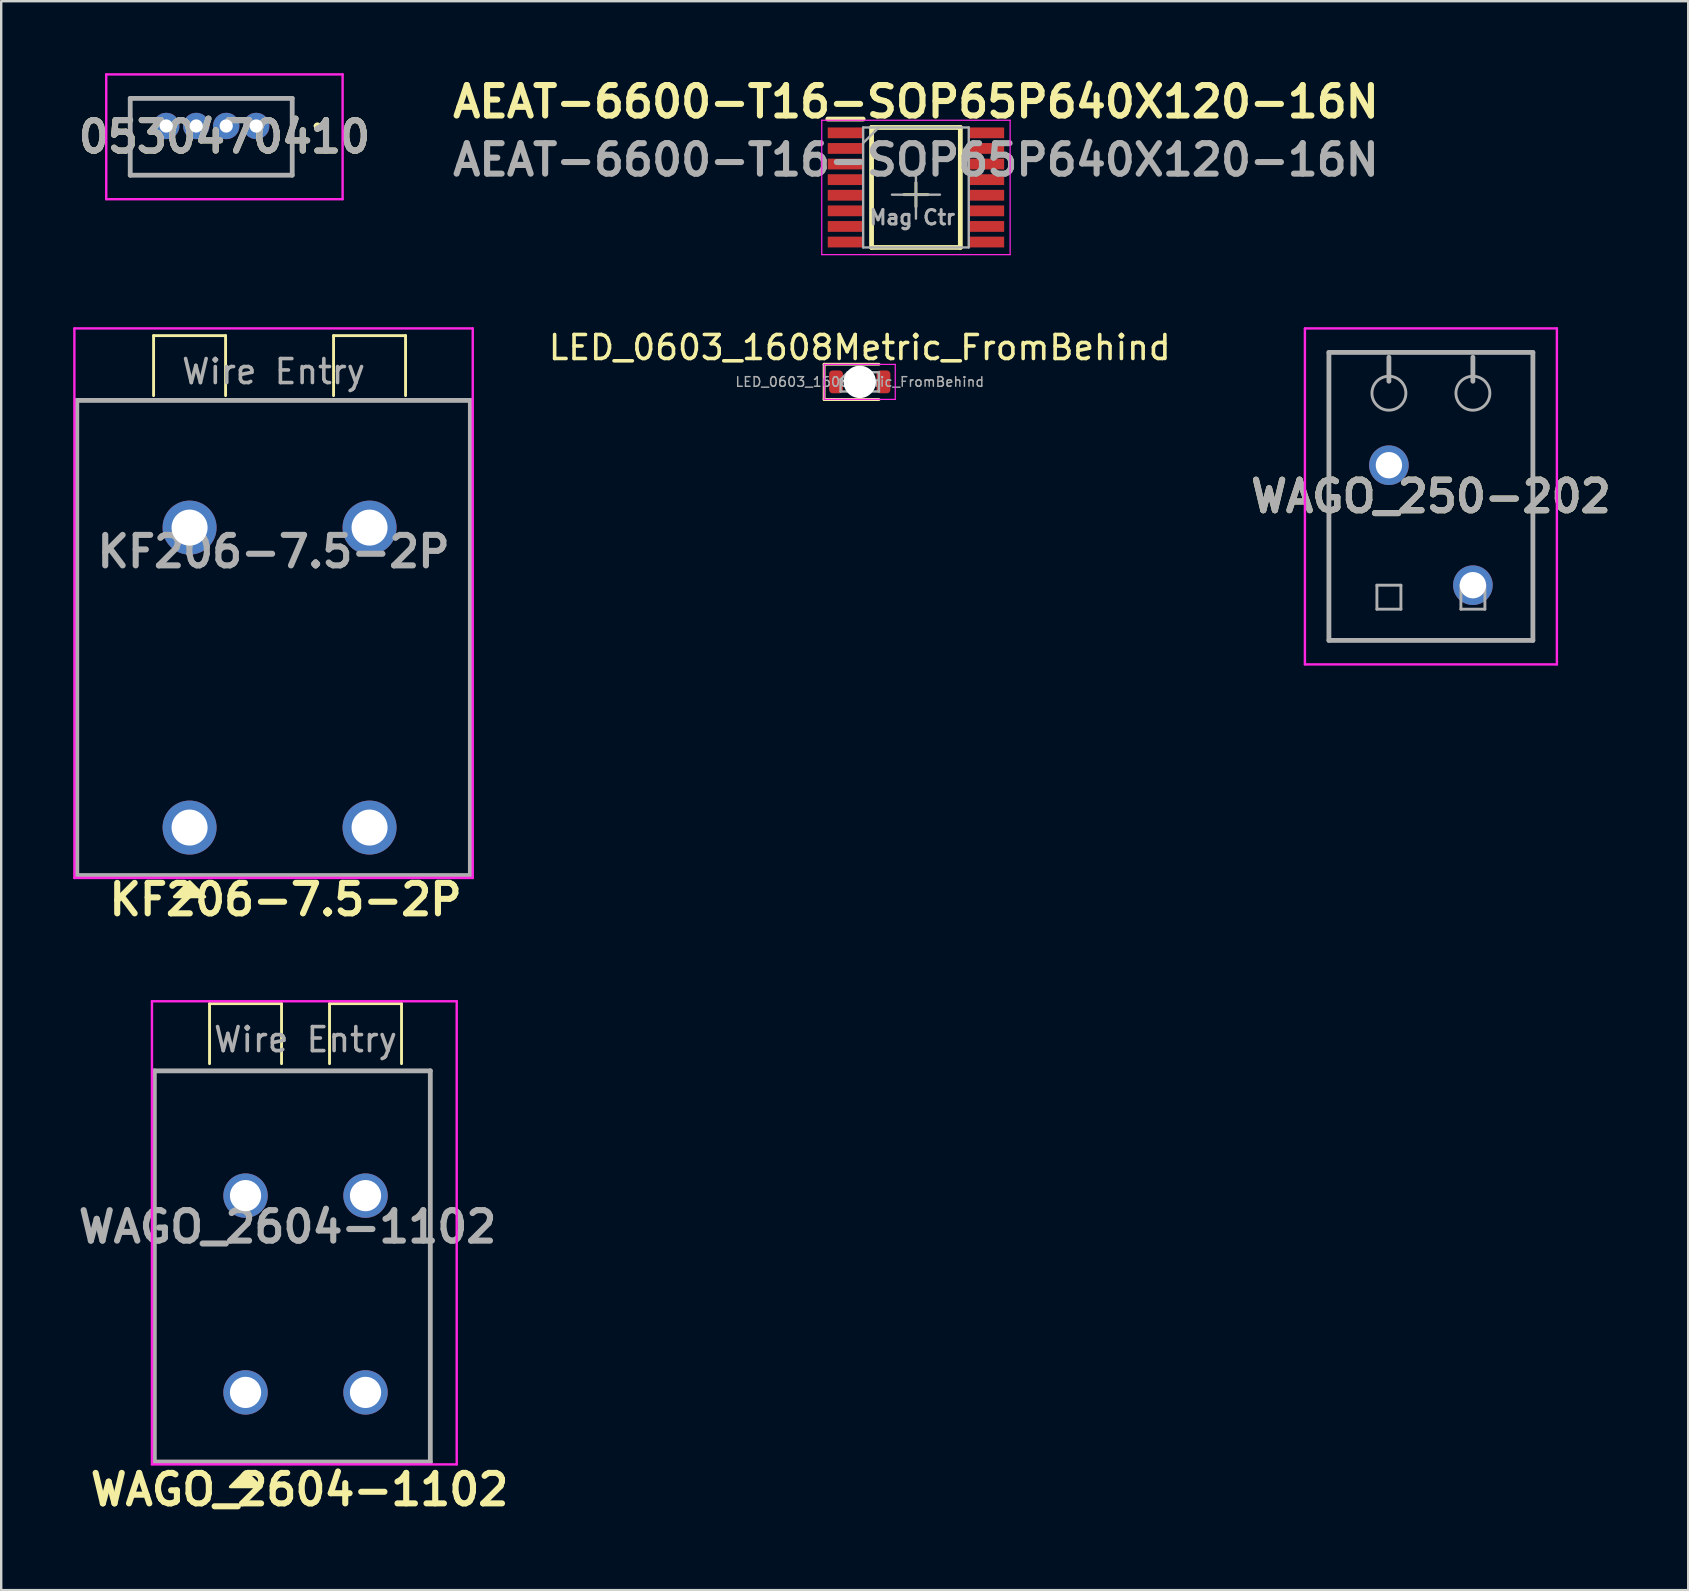
<source format=kicad_pcb>
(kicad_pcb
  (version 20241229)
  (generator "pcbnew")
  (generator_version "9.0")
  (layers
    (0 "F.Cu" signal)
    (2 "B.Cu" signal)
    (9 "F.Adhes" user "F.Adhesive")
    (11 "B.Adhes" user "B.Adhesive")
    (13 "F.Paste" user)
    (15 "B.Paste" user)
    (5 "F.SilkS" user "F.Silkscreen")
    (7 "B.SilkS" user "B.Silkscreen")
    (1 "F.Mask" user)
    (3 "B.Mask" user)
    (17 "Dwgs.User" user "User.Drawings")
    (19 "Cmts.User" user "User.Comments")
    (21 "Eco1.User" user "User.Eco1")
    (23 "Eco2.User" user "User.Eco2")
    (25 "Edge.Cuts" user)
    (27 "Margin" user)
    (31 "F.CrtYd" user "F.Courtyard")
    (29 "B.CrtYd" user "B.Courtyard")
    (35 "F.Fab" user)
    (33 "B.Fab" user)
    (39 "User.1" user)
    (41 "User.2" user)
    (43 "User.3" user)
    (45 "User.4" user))
  (footprint "0530470410"
    (layer "F.Cu")
    (at 7.627 2.2)
    (property "Reference" "0530470410" (at -1.325 0.45 0) (layer "F.SilkS") (effects (font (size 1.27 1.27) (thickness 0.254))))
    (attr through_hole)
    (fp_line (start -5.25 -1.15) (end 1.5 -1.15) (stroke (width 0.1) (type solid)) (layer "F.SilkS"))
    (fp_line (start -5.25 2.05) (end -5.25 -1.15) (stroke (width 0.1) (type solid)) (layer "F.SilkS"))
    (fp_line (start 1.5 -1.15) (end 1.5 2.05) (stroke (width 0.1) (type solid)) (layer "F.SilkS"))
    (fp_line (start 1.5 2.05) (end -5.25 2.05) (stroke (width 0.1) (type solid)) (layer "F.SilkS"))
    (fp_line (start 2.5 0) (end 2.5 0) (stroke (width 0.2) (type solid)) (layer "F.SilkS"))
    (fp_line (start 2.5 0) (end 2.5 0) (stroke (width 0.2) (type solid)) (layer "F.SilkS"))
    (fp_line (start 2.6 0) (end 2.6 0) (stroke (width 0.2) (type solid)) (layer "F.SilkS"))
    (fp_arc (start 2.5 0) (mid 2.55 -0.05) (end 2.6 0) (stroke (width 0.2) (type solid)) (layer "F.SilkS"))
    (fp_arc (start 2.6 0) (mid 2.55 0.05) (end 2.5 0) (stroke (width 0.2) (type solid)) (layer "F.SilkS"))
    (fp_arc (start 2.6 0) (mid 2.55 0.05) (end 2.5 0) (stroke (width 0.2) (type solid)) (layer "F.SilkS"))
    (fp_line (start -6.25 -2.15) (end 3.6 -2.15) (stroke (width 0.1) (type solid)) (layer "F.CrtYd"))
    (fp_line (start -6.25 3.05) (end -6.25 -2.15) (stroke (width 0.1) (type solid)) (layer "F.CrtYd"))
    (fp_line (start 3.6 -2.15) (end 3.6 3.05) (stroke (width 0.1) (type solid)) (layer "F.CrtYd"))
    (fp_line (start 3.6 3.05) (end -6.25 3.05) (stroke (width 0.1) (type solid)) (layer "F.CrtYd"))
    (fp_line (start -5.25 -1.15) (end 1.5 -1.15) (stroke (width 0.2) (type solid)) (layer "F.Fab"))
    (fp_line (start -5.25 2.05) (end -5.25 -1.15) (stroke (width 0.2) (type solid)) (layer "F.Fab"))
    (fp_line (start 1.5 -1.15) (end 1.5 2.05) (stroke (width 0.2) (type solid)) (layer "F.Fab"))
    (fp_line (start 1.5 2.05) (end -5.25 2.05) (stroke (width 0.2) (type solid)) (layer "F.Fab"))
    (fp_text user "${REFERENCE}" (at -1.325 0.45 0) (layer "F.Fab") (effects (font (size 1.27 1.27) (thickness 0.254))))
    (pad "1" thru_hole circle (at 0 0) (size 1.1 1.1) (drill 0.55) (layers "*.Cu" "*.Mask"))
    (pad "2" thru_hole circle (at -1.25 0) (size 1.1 1.1) (drill 0.55) (layers "*.Cu" "*.Mask"))
    (pad "3" thru_hole circle (at -2.5 0) (size 1.1 1.1) (drill 0.55) (layers "*.Cu" "*.Mask"))
    (pad "4" thru_hole circle (at -3.75 0) (size 1.1 1.1) (drill 0.55) (layers "*.Cu" "*.Mask")))
  (footprint "LED_0603_1608Metric_FromBehind"
    (layer "F.Cu")
    (at 32.777 12.864)
    (property "Reference" "LED_0603_1608Metric_FromBehind" (at 0 -1.43 0) (layer "F.SilkS") (effects (font (size 1 1) (thickness 0.15))))
    (attr smd)
    (fp_line (start -1.485 -0.735) (end -1.485 0.735) (stroke (width 0.12) (type solid)) (layer "F.SilkS"))
    (fp_line (start -1.485 0.735) (end 0.8 0.735) (stroke (width 0.12) (type solid)) (layer "F.SilkS"))
    (fp_line (start 0.8 -0.735) (end -1.485 -0.735) (stroke (width 0.12) (type solid)) (layer "F.SilkS"))
    (fp_line (start -0.55 -0.4) (end 0.55 -0.4) (stroke (width 0.01) (type solid)) (layer "Dwgs.User"))
    (fp_line (start -0.55 0.4) (end -0.55 -0.4) (stroke (width 0.01) (type solid)) (layer "Dwgs.User"))
    (fp_line (start 0.55 -0.4) (end 0.55 0.4) (stroke (width 0.01) (type solid)) (layer "Dwgs.User"))
    (fp_line (start 0.55 0.4) (end -0.55 0.4) (stroke (width 0.01) (type solid)) (layer "Dwgs.User"))
    (fp_line (start -1.48 -0.73) (end 1.48 -0.73) (stroke (width 0.05) (type solid)) (layer "F.CrtYd"))
    (fp_line (start -1.48 0.73) (end -1.48 -0.73) (stroke (width 0.05) (type solid)) (layer "F.CrtYd"))
    (fp_line (start 1.48 -0.73) (end 1.48 0.73) (stroke (width 0.05) (type solid)) (layer "F.CrtYd"))
    (fp_line (start 1.48 0.73) (end -1.48 0.73) (stroke (width 0.05) (type solid)) (layer "F.CrtYd"))
    (fp_line (start -0.8 -0.1) (end -0.8 0.4) (stroke (width 0.1) (type solid)) (layer "F.Fab"))
    (fp_line (start -0.8 0.4) (end 0.8 0.4) (stroke (width 0.1) (type solid)) (layer "F.Fab"))
    (fp_line (start -0.5 -0.4) (end -0.8 -0.1) (stroke (width 0.1) (type solid)) (layer "F.Fab"))
    (fp_line (start 0.8 -0.4) (end -0.5 -0.4) (stroke (width 0.1) (type solid)) (layer "F.Fab"))
    (fp_line (start 0.8 0.4) (end 0.8 -0.4) (stroke (width 0.1) (type solid)) (layer "F.Fab"))
    (fp_text user "${REFERENCE}" (at 0 0 0) (layer "F.Fab") (effects (font (size 0.4 0.4) (thickness 0.06))))
    (pad "" np_thru_hole circle (at 0 0) (size 1.35 1.35) (drill 1.35) (layers "*.Cu" "*.Mask"))
    (pad "1" smd roundrect (at -0.988 0) (size 0.575 0.95) (layers "F.Cu" "F.Mask" "F.Paste") (roundrect_rratio 0.25))
    (pad "2" smd roundrect (at 0.988 0) (size 0.575 0.95) (layers "F.Cu" "F.Mask" "F.Paste") (roundrect_rratio 0.25)))
  (footprint "AEAT-6600-T16-SOP65P640X120-16N"
    (layer "F.Cu")
    (at 35.119 4.761)
    (property "Reference" "AEAT-6600-T16-SOP65P640X120-16N" (at 0 -3.572 0) (layer "F.SilkS") (effects (font (size 1.27 1.27) (thickness 0.254))))
    (attr smd)
    (fp_line (start -3.675 -2.85) (end -2.2 -2.85) (stroke (width 0.2) (type solid)) (layer "F.SilkS"))
    (fp_line (start -1.85 -2.5) (end 1.85 -2.5) (stroke (width 0.2) (type solid)) (layer "F.SilkS"))
    (fp_line (start -1.85 2.5) (end -1.85 -2.5) (stroke (width 0.2) (type solid)) (layer "F.SilkS"))
    (fp_line (start -0.5 0.3) (end 0.5 0.3) (stroke (width 0.12) (type solid)) (layer "F.SilkS"))
    (fp_line (start 0 -0.2) (end 0 0.8) (stroke (width 0.12) (type solid)) (layer "F.SilkS"))
    (fp_line (start 1.85 -2.5) (end 1.85 2.5) (stroke (width 0.2) (type solid)) (layer "F.SilkS"))
    (fp_line (start 1.85 2.5) (end -1.85 2.5) (stroke (width 0.2) (type solid)) (layer "F.SilkS"))
    (fp_line (start -3.925 -2.8) (end 3.925 -2.8) (stroke (width 0.05) (type solid)) (layer "F.CrtYd"))
    (fp_line (start -3.925 2.8) (end -3.925 -2.8) (stroke (width 0.05) (type solid)) (layer "F.CrtYd"))
    (fp_line (start 3.925 -2.8) (end 3.925 2.8) (stroke (width 0.05) (type solid)) (layer "F.CrtYd"))
    (fp_line (start 3.925 2.8) (end -3.925 2.8) (stroke (width 0.05) (type solid)) (layer "F.CrtYd"))
    (fp_line (start -2.2 -2.5) (end 2.2 -2.5) (stroke (width 0.1) (type solid)) (layer "F.Fab"))
    (fp_line (start -2.2 -1.85) (end -1.55 -2.5) (stroke (width 0.1) (type solid)) (layer "F.Fab"))
    (fp_line (start -2.2 2.5) (end -2.2 -2.5) (stroke (width 0.1) (type solid)) (layer "F.Fab"))
    (fp_line (start -1 0.3) (end 1 0.3) (stroke (width 0.1) (type solid)) (layer "F.Fab"))
    (fp_line (start 0 -0.7) (end 0 1.3) (stroke (width 0.1) (type solid)) (layer "F.Fab"))
    (fp_line (start 2.2 -2.5) (end 2.2 2.5) (stroke (width 0.1) (type solid)) (layer "F.Fab"))
    (fp_line (start 2.2 2.5) (end -2.2 2.5) (stroke (width 0.1) (type solid)) (layer "F.Fab"))
    (fp_text user "${REFERENCE}" (at 0 -1.15 0) (layer "F.Fab") (effects (font (size 1.27 1.27) (thickness 0.254))))
    (fp_text user "Mag Ctr" (at -0.15 1.25 0) (unlocked yes) (layer "F.Fab") (effects (font (size 0.6 0.6) (thickness 0.125))))
    (pad "1" smd rect (at -2.938 -2.275 90) (size 0.45 1.475) (layers "F.Cu" "F.Mask" "F.Paste"))
    (pad "2" smd rect (at -2.938 -1.625 90) (size 0.45 1.475) (layers "F.Cu" "F.Mask" "F.Paste"))
    (pad "3" smd rect (at -2.938 -0.975 90) (size 0.45 1.475) (layers "F.Cu" "F.Mask" "F.Paste"))
    (pad "4" smd rect (at -2.938 -0.325 90) (size 0.45 1.475) (layers "F.Cu" "F.Mask" "F.Paste"))
    (pad "5" smd rect (at -2.938 0.325 90) (size 0.45 1.475) (layers "F.Cu" "F.Mask" "F.Paste"))
    (pad "6" smd rect (at -2.938 0.975 90) (size 0.45 1.475) (layers "F.Cu" "F.Mask" "F.Paste"))
    (pad "7" smd rect (at -2.938 1.625 90) (size 0.45 1.475) (layers "F.Cu" "F.Mask" "F.Paste"))
    (pad "8" smd rect (at -2.938 2.275 90) (size 0.45 1.475) (layers "F.Cu" "F.Mask" "F.Paste"))
    (pad "9" smd rect (at 2.938 2.275 90) (size 0.45 1.475) (layers "F.Cu" "F.Mask" "F.Paste"))
    (pad "10" smd rect (at 2.938 1.625 90) (size 0.45 1.475) (layers "F.Cu" "F.Mask" "F.Paste"))
    (pad "11" smd rect (at 2.938 0.975 90) (size 0.45 1.475) (layers "F.Cu" "F.Mask" "F.Paste"))
    (pad "12" smd rect (at 2.938 0.325 90) (size 0.45 1.475) (layers "F.Cu" "F.Mask" "F.Paste"))
    (pad "13" smd rect (at 2.938 -0.325 90) (size 0.45 1.475) (layers "F.Cu" "F.Mask" "F.Paste"))
    (pad "14" smd rect (at 2.938 -0.975 90) (size 0.45 1.475) (layers "F.Cu" "F.Mask" "F.Paste"))
    (pad "15" smd rect (at 2.938 -1.625 90) (size 0.45 1.475) (layers "F.Cu" "F.Mask" "F.Paste"))
    (pad "16" smd rect (at 2.938 -2.275 90) (size 0.45 1.475) (layers "F.Cu" "F.Mask" "F.Paste")))
  (footprint "WAGO_250-202"
    (layer "F.Cu")
    (at 54.828 16.336)
    (property "Reference" "WAGO_250-202" (at 1.75 1.3 0) (layer "F.SilkS") (effects (font (size 1.27 1.27) (thickness 0.254))))
    (attr through_hole)
    (fp_line (start -2.5 -4.7) (end -2.5 7.3) (stroke (width 0.1) (type solid)) (layer "F.SilkS"))
    (fp_line (start -2.5 7.3) (end 6 7.3) (stroke (width 0.1) (type solid)) (layer "F.SilkS"))
    (fp_line (start 6 -4.7) (end -2.5 -4.7) (stroke (width 0.1) (type solid)) (layer "F.SilkS"))
    (fp_line (start 6 7.3) (end 6 -4.7) (stroke (width 0.1) (type solid)) (layer "F.SilkS"))
    (fp_line (start -3.5 -5.7) (end -3.5 8.3) (stroke (width 0.1) (type solid)) (layer "F.CrtYd"))
    (fp_line (start -3.5 8.3) (end 7 8.3) (stroke (width 0.1) (type solid)) (layer "F.CrtYd"))
    (fp_line (start 7 -5.7) (end -3.5 -5.7) (stroke (width 0.1) (type solid)) (layer "F.CrtYd"))
    (fp_line (start 7 8.3) (end 7 -5.7) (stroke (width 0.1) (type solid)) (layer "F.CrtYd"))
    (fp_line (start -2.5 -4.7) (end -2.5 7.3) (stroke (width 0.2) (type solid)) (layer "F.Fab"))
    (fp_line (start -2.5 7.3) (end 6 7.3) (stroke (width 0.2) (type solid)) (layer "F.Fab"))
    (fp_line (start -0.5 5) (end -0.5 6) (stroke (width 0.12) (type solid)) (layer "F.Fab"))
    (fp_line (start -0.5 6) (end 0.5 6) (stroke (width 0.12) (type solid)) (layer "F.Fab"))
    (fp_line (start 0 -3.5) (end 0 -4.5) (stroke (width 0.2) (type solid)) (layer "F.Fab"))
    (fp_line (start 0.5 5) (end -0.5 5) (stroke (width 0.12) (type solid)) (layer "F.Fab"))
    (fp_line (start 0.5 6) (end 0.5 5) (stroke (width 0.12) (type solid)) (layer "F.Fab"))
    (fp_line (start 3 5) (end 4 5) (stroke (width 0.12) (type solid)) (layer "F.Fab"))
    (fp_line (start 3 6) (end 3 5) (stroke (width 0.12) (type solid)) (layer "F.Fab"))
    (fp_line (start 3.5 -3.5) (end 3.5 -4.5) (stroke (width 0.2) (type solid)) (layer "F.Fab"))
    (fp_line (start 4 5) (end 4 6) (stroke (width 0.12) (type solid)) (layer "F.Fab"))
    (fp_line (start 4 6) (end 3 6) (stroke (width 0.12) (type solid)) (layer "F.Fab"))
    (fp_line (start 6 -4.7) (end -2.5 -4.7) (stroke (width 0.2) (type solid)) (layer "F.Fab"))
    (fp_line (start 6 7.3) (end 6 -4.7) (stroke (width 0.2) (type solid)) (layer "F.Fab"))
    (fp_circle (center 0 -3) (end 0.5 -3.5) (stroke (width 0.12) (type solid)) (fill no) (layer "F.Fab"))
    (fp_circle (center 3.5 -3) (end 4 -3.5) (stroke (width 0.12) (type solid)) (fill no) (layer "F.Fab"))
    (fp_text user "${REFERENCE}" (at 1.75 1.3 0) (layer "F.Fab") (effects (font (size 1.27 1.27) (thickness 0.254))))
    (pad "1" thru_hole circle (at 0 0) (size 1.65 1.65) (drill 1.1) (layers "*.Cu" "*.Mask"))
    (pad "2" thru_hole circle (at 3.5 5) (size 1.65 1.65) (drill 1.1) (layers "*.Cu" "*.Mask")))
  (footprint "KF206-7.5-2P"
    (layer "F.Cu")
    (at 4.85 18.936)
    (property "Reference" "KF206-7.5-2P" (at 4 15.5 0) (layer "F.SilkS") (effects (font (size 1.27 1.27) (thickness 0.254))))
    (attr through_hole)
    (fp_line (start -4.7 -5.3) (end -4.7 14.5) (stroke (width 0.1) (type solid)) (layer "F.SilkS"))
    (fp_line (start -4.7 14.5) (end 11.7 14.5) (stroke (width 0.1) (type solid)) (layer "F.SilkS"))
    (fp_line (start -1.5 -8) (end 1.5 -8) (stroke (width 0.12) (type solid)) (layer "F.SilkS"))
    (fp_line (start -1.5 -5.5) (end -1.5 -8) (stroke (width 0.12) (type solid)) (layer "F.SilkS"))
    (fp_line (start 1.5 -8) (end 1.5 -5.5) (stroke (width 0.12) (type solid)) (layer "F.SilkS"))
    (fp_line (start 6 -8) (end 9 -8) (stroke (width 0.12) (type solid)) (layer "F.SilkS"))
    (fp_line (start 6 -5.5) (end 6 -8) (stroke (width 0.12) (type solid)) (layer "F.SilkS"))
    (fp_line (start 9 -8) (end 9 -5.5) (stroke (width 0.12) (type solid)) (layer "F.SilkS"))
    (fp_line (start 11.7 -5.3) (end -4.7 -5.3) (stroke (width 0.1) (type solid)) (layer "F.SilkS"))
    (fp_line (start 11.7 14.5) (end 11.7 -5.3) (stroke (width 0.1) (type solid)) (layer "F.SilkS"))
    (fp_poly (pts (xy 0.635 15.385) (xy -0.635 15.385) (xy 0 14.75)) (stroke (width 0.12) (type solid)) (fill yes) (layer "F.SilkS"))
    (fp_line (start -4.8 -8.3) (end -4.8 14.6) (stroke (width 0.1) (type solid)) (layer "F.CrtYd"))
    (fp_line (start -4.8 14.6) (end 11.8 14.6) (stroke (width 0.1) (type solid)) (layer "F.CrtYd"))
    (fp_line (start 11.8 -8.3) (end -4.8 -8.3) (stroke (width 0.1) (type solid)) (layer "F.CrtYd"))
    (fp_line (start 11.8 14.6) (end 11.8 -8.3) (stroke (width 0.1) (type solid)) (layer "F.CrtYd"))
    (fp_line (start -4.7 -5.3) (end -4.7 14.5) (stroke (width 0.2) (type solid)) (layer "F.Fab"))
    (fp_line (start -4.7 14.5) (end 11.7 14.5) (stroke (width 0.2) (type solid)) (layer "F.Fab"))
    (fp_line (start 11.7 -5.3) (end -4.7 -5.3) (stroke (width 0.2) (type solid)) (layer "F.Fab"))
    (fp_line (start 11.7 14.5) (end 11.7 -5.3) (stroke (width 0.2) (type solid)) (layer "F.Fab"))
    (fp_text user "Wire Entry" (at 3.5 -6.5 0) (unlocked yes) (layer "F.Fab") (effects (font (size 1 1) (thickness 0.15))))
    (fp_text user "${REFERENCE}" (at 3.5 1 0) (layer "F.Fab") (effects (font (size 1.27 1.27) (thickness 0.254))))
    (pad "1" thru_hole circle (at 0 0) (size 2.25 2.25) (drill 1.5) (layers "*.Cu" "*.Mask"))
    (pad "1" thru_hole circle (at 0 12.5) (size 2.25 2.25) (drill 1.5) (layers "*.Cu" "*.Mask"))
    (pad "2" thru_hole circle (at 7.5 0) (size 2.25 2.25) (drill 1.5) (layers "*.Cu" "*.Mask"))
    (pad "2" thru_hole circle (at 7.5 12.5) (size 2.25 2.25) (drill 1.5) (layers "*.Cu" "*.Mask")))
  (footprint "WAGO_2604-1102"
    (layer "F.Cu")
    (at 7.182 46.774)
    (property "Reference" "WAGO_2604-1102" (at 2.25 12.25 0) (layer "F.SilkS") (effects (font (size 1.27 1.27) (thickness 0.254))))
    (attr through_hole)
    (fp_line (start -3.8 -5.2) (end -3.8 11.1) (stroke (width 0.1) (type solid)) (layer "F.SilkS"))
    (fp_line (start -3.8 11.1) (end 7.7 11.1) (stroke (width 0.1) (type solid)) (layer "F.SilkS"))
    (fp_line (start -1.5 -8) (end 1.5 -8) (stroke (width 0.12) (type solid)) (layer "F.SilkS"))
    (fp_line (start -1.5 -5.5) (end -1.5 -8) (stroke (width 0.12) (type solid)) (layer "F.SilkS"))
    (fp_line (start 1.5 -8) (end 1.5 -5.5) (stroke (width 0.12) (type solid)) (layer "F.SilkS"))
    (fp_line (start 3.5 -8) (end 6.5 -8) (stroke (width 0.12) (type solid)) (layer "F.SilkS"))
    (fp_line (start 3.5 -5.5) (end 3.5 -8) (stroke (width 0.12) (type solid)) (layer "F.SilkS"))
    (fp_line (start 6.5 -8) (end 6.5 -5.5) (stroke (width 0.12) (type solid)) (layer "F.SilkS"))
    (fp_line (start 7.7 -5.2) (end -3.8 -5.2) (stroke (width 0.1) (type solid)) (layer "F.SilkS"))
    (fp_line (start 7.7 11.1) (end 7.7 -5.2) (stroke (width 0.1) (type solid)) (layer "F.SilkS"))
    (fp_poly (pts (xy 0.635 12.135) (xy -0.635 12.135) (xy 0 11.5)) (stroke (width 0.12) (type solid)) (fill yes) (layer "F.SilkS"))
    (fp_line (start -3.9 -8.1) (end -3.9 11.2) (stroke (width 0.1) (type solid)) (layer "F.CrtYd"))
    (fp_line (start -3.9 11.2) (end 8.8 11.2) (stroke (width 0.1) (type solid)) (layer "F.CrtYd"))
    (fp_line (start 8.8 -8.1) (end -3.9 -8.1) (stroke (width 0.1) (type solid)) (layer "F.CrtYd"))
    (fp_line (start 8.8 11.2) (end 8.8 -8.1) (stroke (width 0.1) (type solid)) (layer "F.CrtYd"))
    (fp_line (start -3.8 -5.2) (end -3.8 11.1) (stroke (width 0.2) (type solid)) (layer "F.Fab"))
    (fp_line (start -3.8 11.1) (end 7.7 11.1) (stroke (width 0.2) (type solid)) (layer "F.Fab"))
    (fp_line (start 7.7 -5.2) (end -3.8 -5.2) (stroke (width 0.2) (type solid)) (layer "F.Fab"))
    (fp_line (start 7.7 11.1) (end 7.7 -5.2) (stroke (width 0.2) (type solid)) (layer "F.Fab"))
    (fp_text user "${REFERENCE}" (at 1.75 1.3 0) (layer "F.Fab") (effects (font (size 1.27 1.27) (thickness 0.254))))
    (fp_text user "Wire Entry" (at 2.5 -6.5 0) (unlocked yes) (layer "F.Fab") (effects (font (size 1 1) (thickness 0.15))))
    (pad "1" thru_hole circle (at 0 0) (size 1.85 1.85) (drill 1.3) (layers "*.Cu" "*.Mask"))
    (pad "1" thru_hole circle (at 0 8.2) (size 1.85 1.85) (drill 1.3) (layers "*.Cu" "*.Mask"))
    (pad "2" thru_hole circle (at 5 0) (size 1.85 1.85) (drill 1.3) (layers "*.Cu" "*.Mask"))
    (pad "2" thru_hole circle (at 5 8.2) (size 1.85 1.85) (drill 1.3) (layers "*.Cu" "*.Mask")))
  (gr_rect
    (start -3 -3)
    (end 67.3 63.213)
    (stroke (width 0.1) (type default))
    (fill no)
    (layer "Edge.Cuts")))
</source>
